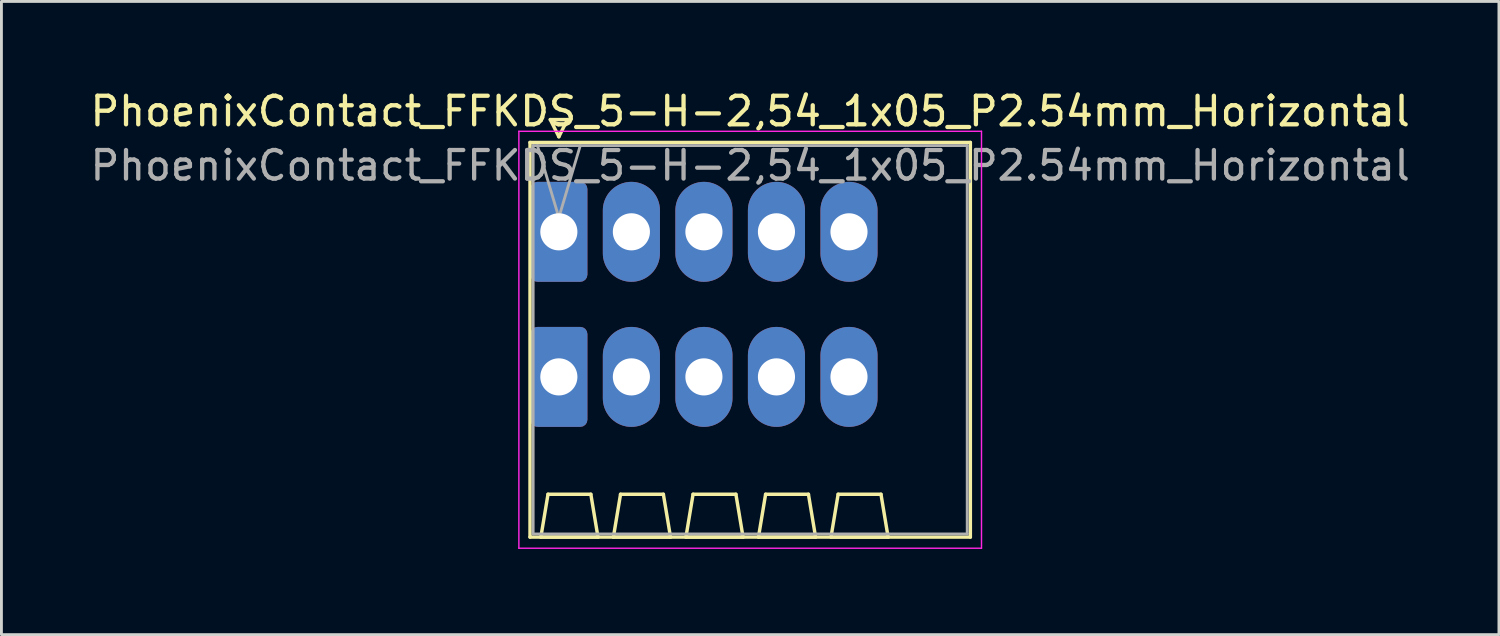
<source format=kicad_pcb>
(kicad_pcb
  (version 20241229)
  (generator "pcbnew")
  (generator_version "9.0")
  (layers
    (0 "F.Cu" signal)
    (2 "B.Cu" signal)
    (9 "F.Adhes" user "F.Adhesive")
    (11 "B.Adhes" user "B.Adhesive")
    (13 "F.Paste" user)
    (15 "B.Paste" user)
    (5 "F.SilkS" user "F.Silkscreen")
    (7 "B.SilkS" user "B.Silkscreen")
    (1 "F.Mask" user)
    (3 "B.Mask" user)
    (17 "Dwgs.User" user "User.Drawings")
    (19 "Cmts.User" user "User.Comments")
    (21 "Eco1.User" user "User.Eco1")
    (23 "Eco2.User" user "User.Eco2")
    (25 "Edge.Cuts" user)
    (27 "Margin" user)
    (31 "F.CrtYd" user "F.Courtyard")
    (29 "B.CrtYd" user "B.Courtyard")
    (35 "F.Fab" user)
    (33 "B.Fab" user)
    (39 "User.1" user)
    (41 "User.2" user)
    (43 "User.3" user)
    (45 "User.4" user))
  (footprint "PhoenixContact_FFKDS_5-H-2,54_1x05_P2.54mm_Horizontal"
    (layer "F.Cu")
    (at 16.52 5.068)
    (property "Reference" "PhoenixContact_FFKDS_5-H-2,54_1x05_P2.54mm_Horizontal" (at 6.7 -4.22 0) (layer "F.SilkS") (effects (font (size 1 1) (thickness 0.15))))
    (attr through_hole)
    (fp_line (start -1.01 -3.13) (end -1.01 10.69) (stroke (width 0.12) (type solid)) (layer "F.SilkS"))
    (fp_line (start -1.01 10.69) (end 14.41 10.69) (stroke (width 0.12) (type solid)) (layer "F.SilkS"))
    (fp_line (start -0.63 10.69) (end 1.37 10.69) (stroke (width 0.12) (type solid)) (layer "F.SilkS"))
    (fp_line (start -0.38 9.19) (end -0.63 10.69) (stroke (width 0.12) (type solid)) (layer "F.SilkS"))
    (fp_line (start -0.3 -3.93) (end 0.3 -3.93) (stroke (width 0.12) (type solid)) (layer "F.SilkS"))
    (fp_line (start 0 -3.33) (end -0.3 -3.93) (stroke (width 0.12) (type solid)) (layer "F.SilkS"))
    (fp_line (start 0.3 -3.93) (end 0 -3.33) (stroke (width 0.12) (type solid)) (layer "F.SilkS"))
    (fp_line (start 1.12 9.19) (end -0.38 9.19) (stroke (width 0.12) (type solid)) (layer "F.SilkS"))
    (fp_line (start 1.37 10.69) (end 1.12 9.19) (stroke (width 0.12) (type solid)) (layer "F.SilkS"))
    (fp_line (start 1.91 10.69) (end 3.91 10.69) (stroke (width 0.12) (type solid)) (layer "F.SilkS"))
    (fp_line (start 2.16 9.19) (end 1.91 10.69) (stroke (width 0.12) (type solid)) (layer "F.SilkS"))
    (fp_line (start 3.66 9.19) (end 2.16 9.19) (stroke (width 0.12) (type solid)) (layer "F.SilkS"))
    (fp_line (start 3.91 10.69) (end 3.66 9.19) (stroke (width 0.12) (type solid)) (layer "F.SilkS"))
    (fp_line (start 4.45 10.69) (end 6.45 10.69) (stroke (width 0.12) (type solid)) (layer "F.SilkS"))
    (fp_line (start 4.7 9.19) (end 4.45 10.69) (stroke (width 0.12) (type solid)) (layer "F.SilkS"))
    (fp_line (start 6.2 9.19) (end 4.7 9.19) (stroke (width 0.12) (type solid)) (layer "F.SilkS"))
    (fp_line (start 6.45 10.69) (end 6.2 9.19) (stroke (width 0.12) (type solid)) (layer "F.SilkS"))
    (fp_line (start 6.99 10.69) (end 8.99 10.69) (stroke (width 0.12) (type solid)) (layer "F.SilkS"))
    (fp_line (start 7.24 9.19) (end 6.99 10.69) (stroke (width 0.12) (type solid)) (layer "F.SilkS"))
    (fp_line (start 8.74 9.19) (end 7.24 9.19) (stroke (width 0.12) (type solid)) (layer "F.SilkS"))
    (fp_line (start 8.99 10.69) (end 8.74 9.19) (stroke (width 0.12) (type solid)) (layer "F.SilkS"))
    (fp_line (start 9.53 10.69) (end 11.53 10.69) (stroke (width 0.12) (type solid)) (layer "F.SilkS"))
    (fp_line (start 9.78 9.19) (end 9.53 10.69) (stroke (width 0.12) (type solid)) (layer "F.SilkS"))
    (fp_line (start 11.28 9.19) (end 9.78 9.19) (stroke (width 0.12) (type solid)) (layer "F.SilkS"))
    (fp_line (start 11.53 10.69) (end 11.28 9.19) (stroke (width 0.12) (type solid)) (layer "F.SilkS"))
    (fp_line (start 14.41 -3.13) (end -1.01 -3.13) (stroke (width 0.12) (type solid)) (layer "F.SilkS"))
    (fp_line (start 14.41 10.69) (end 14.41 -3.13) (stroke (width 0.12) (type solid)) (layer "F.SilkS"))
    (fp_line (start -1.4 -3.52) (end -1.4 11.08) (stroke (width 0.05) (type solid)) (layer "F.CrtYd"))
    (fp_line (start -1.4 11.08) (end 14.8 11.08) (stroke (width 0.05) (type solid)) (layer "F.CrtYd"))
    (fp_line (start 14.8 -3.52) (end -1.4 -3.52) (stroke (width 0.05) (type solid)) (layer "F.CrtYd"))
    (fp_line (start 14.8 11.08) (end 14.8 -3.52) (stroke (width 0.05) (type solid)) (layer "F.CrtYd"))
    (fp_line (start -0.9 -3.02) (end -0.9 10.58) (stroke (width 0.1) (type solid)) (layer "F.Fab"))
    (fp_line (start -0.9 10.58) (end 14.3 10.58) (stroke (width 0.1) (type solid)) (layer "F.Fab"))
    (fp_line (start 0 -0.5) (end -0.75 -3.02) (stroke (width 0.1) (type solid)) (layer "F.Fab"))
    (fp_line (start 0.75 -3.02) (end 0 -0.5) (stroke (width 0.1) (type solid)) (layer "F.Fab"))
    (fp_line (start 14.3 -3.02) (end -0.9 -3.02) (stroke (width 0.1) (type solid)) (layer "F.Fab"))
    (fp_line (start 14.3 10.58) (end 14.3 -3.02) (stroke (width 0.1) (type solid)) (layer "F.Fab"))
    (fp_text user "${REFERENCE}" (at 6.7 -2.32 0) (layer "F.Fab") (effects (font (size 1 1) (thickness 0.15))))
    (pad "1" thru_hole roundrect (at 0 0) (size 2 3.5) (drill 1.3) (layers "*.Cu" "*.Mask") (roundrect_rratio 0.125))
    (pad "1" thru_hole roundrect (at 0 5.08) (size 2 3.5) (drill 1.3) (layers "*.Cu" "*.Mask") (roundrect_rratio 0.125))
    (pad "2" thru_hole oval (at 2.54 0) (size 2 3.5) (drill 1.3) (layers "*.Cu" "*.Mask"))
    (pad "2" thru_hole oval (at 2.54 5.08) (size 2 3.5) (drill 1.3) (layers "*.Cu" "*.Mask"))
    (pad "3" thru_hole oval (at 5.08 0) (size 2 3.5) (drill 1.3) (layers "*.Cu" "*.Mask"))
    (pad "3" thru_hole oval (at 5.08 5.08) (size 2 3.5) (drill 1.3) (layers "*.Cu" "*.Mask"))
    (pad "4" thru_hole oval (at 7.62 0) (size 2 3.5) (drill 1.3) (layers "*.Cu" "*.Mask"))
    (pad "4" thru_hole oval (at 7.62 5.08) (size 2 3.5) (drill 1.3) (layers "*.Cu" "*.Mask"))
    (pad "5" thru_hole oval (at 10.16 0) (size 2 3.5) (drill 1.3) (layers "*.Cu" "*.Mask"))
    (pad "5" thru_hole oval (at 10.16 5.08) (size 2 3.5) (drill 1.3) (layers "*.Cu" "*.Mask")))
  (gr_rect
    (start -3 -3)
    (end 49.44 19.173)
    (stroke (width 0.1) (type default))
    (fill no)
    (layer "Edge.Cuts")))
</source>
